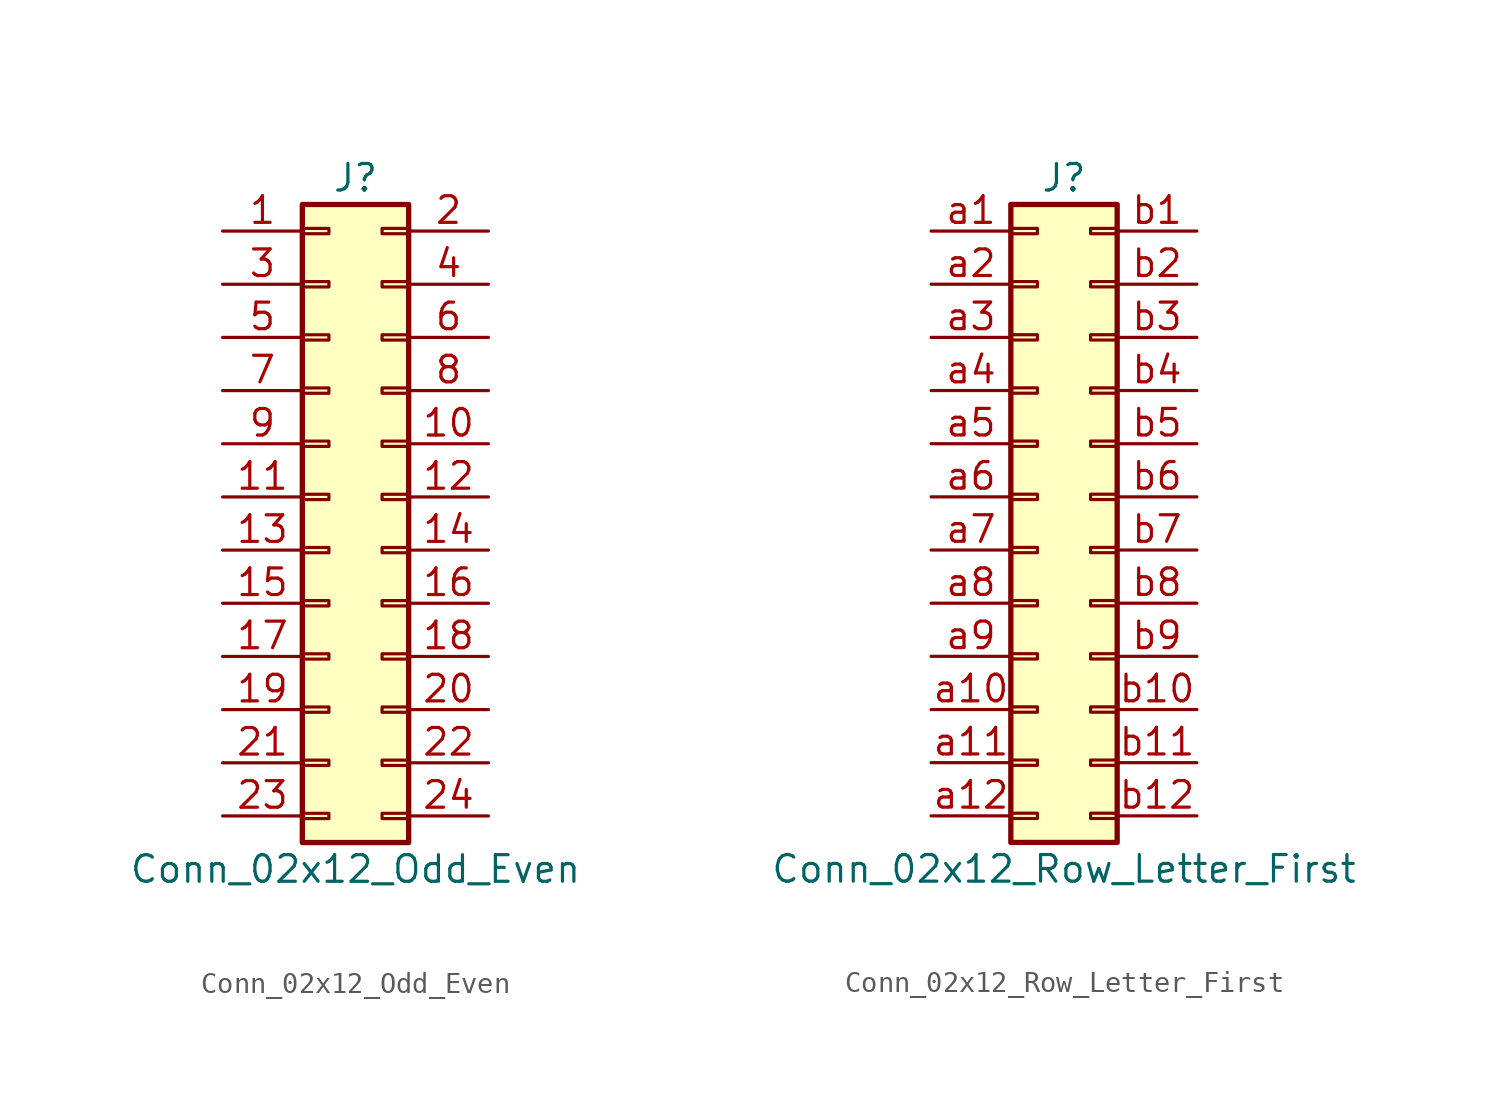
<source format=kicad_sym>
(kicad_symbol_lib
  (version 20201005)
  (generator kicad_symbol_editor)
  (symbol "Conn_02x12_Odd_Even"
    (pin_names
      (offset 1.016) hide)
    (property "Reference" "J"
      (at 1.27 15.24 0)
      (effects (font (size 1.27 1.27))))
    (property "Value" "Conn_02x12_Odd_Even"
      (at 1.27 -17.78 0)
      (effects (font (size 1.27 1.27))))
    (symbol "Conn_02x12_Odd_Even_1_1"
      (rectangle (start -1.27 -15.113) (end 0 -15.367) (stroke (width 0.152)) (fill (type none)))
      (rectangle (start -1.27 -12.573) (end 0 -12.827) (stroke (width 0.152)) (fill (type none)))
      (rectangle (start -1.27 -10.033) (end 0 -10.287) (stroke (width 0.152)) (fill (type none)))
      (rectangle (start -1.27 -7.493) (end 0 -7.747) (stroke (width 0.152)) (fill (type none)))
      (rectangle (start -1.27 -4.953) (end 0 -5.207) (stroke (width 0.152)) (fill (type none)))
      (rectangle (start -1.27 -2.413) (end 0 -2.667) (stroke (width 0.152)) (fill (type none)))
      (rectangle (start -1.27 0.127) (end 0 -0.127) (stroke (width 0.152)) (fill (type none)))
      (rectangle (start -1.27 2.667) (end 0 2.413) (stroke (width 0.152)) (fill (type none)))
      (rectangle (start -1.27 5.207) (end 0 4.953) (stroke (width 0.152)) (fill (type none)))
      (rectangle (start -1.27 7.747) (end 0 7.493) (stroke (width 0.152)) (fill (type none)))
      (rectangle (start -1.27 10.287) (end 0 10.033) (stroke (width 0.152)) (fill (type none)))
      (rectangle (start -1.27 12.827) (end 0 12.573) (stroke (width 0.152)) (fill (type none)))
      (rectangle (start 3.81 -15.113) (end 2.54 -15.367) (stroke (width 0.152)) (fill (type none)))
      (rectangle (start 3.81 -12.573) (end 2.54 -12.827) (stroke (width 0.152)) (fill (type none)))
      (rectangle (start 3.81 -10.033) (end 2.54 -10.287) (stroke (width 0.152)) (fill (type none)))
      (rectangle (start 3.81 -7.493) (end 2.54 -7.747) (stroke (width 0.152)) (fill (type none)))
      (rectangle (start 3.81 -4.953) (end 2.54 -5.207) (stroke (width 0.152)) (fill (type none)))
      (rectangle (start 3.81 -2.413) (end 2.54 -2.667) (stroke (width 0.152)) (fill (type none)))
      (rectangle (start 3.81 0.127) (end 2.54 -0.127) (stroke (width 0.152)) (fill (type none)))
      (rectangle (start 3.81 2.667) (end 2.54 2.413) (stroke (width 0.152)) (fill (type none)))
      (rectangle (start 3.81 5.207) (end 2.54 4.953) (stroke (width 0.152)) (fill (type none)))
      (rectangle (start 3.81 7.747) (end 2.54 7.493) (stroke (width 0.152)) (fill (type none)))
      (rectangle (start 3.81 10.287) (end 2.54 10.033) (stroke (width 0.152)) (fill (type none)))
      (rectangle (start 3.81 12.827) (end 2.54 12.573) (stroke (width 0.152)) (fill (type none)))
      (rectangle (start -1.27 13.97) (end 3.81 -16.51) (stroke (width 0.254)) (fill (type background)))
      (pin passive line (at -5.08 12.7 0) (length 3.81) (name "Pin_1" (effects (font (size 1.27 1.27)))) (number "1" (effects (font (size 1.27 1.27)))))
      (pin passive line (at 7.62 2.54 180) (length 3.81) (name "Pin_10" (effects (font (size 1.27 1.27)))) (number "10" (effects (font (size 1.27 1.27)))))
      (pin passive line (at -5.08 0 0) (length 3.81) (name "Pin_11" (effects (font (size 1.27 1.27)))) (number "11" (effects (font (size 1.27 1.27)))))
      (pin passive line (at 7.62 0 180) (length 3.81) (name "Pin_12" (effects (font (size 1.27 1.27)))) (number "12" (effects (font (size 1.27 1.27)))))
      (pin passive line (at -5.08 -2.54 0) (length 3.81) (name "Pin_13" (effects (font (size 1.27 1.27)))) (number "13" (effects (font (size 1.27 1.27)))))
      (pin passive line (at 7.62 -2.54 180) (length 3.81) (name "Pin_14" (effects (font (size 1.27 1.27)))) (number "14" (effects (font (size 1.27 1.27)))))
      (pin passive line (at -5.08 -5.08 0) (length 3.81) (name "Pin_15" (effects (font (size 1.27 1.27)))) (number "15" (effects (font (size 1.27 1.27)))))
      (pin passive line (at 7.62 -5.08 180) (length 3.81) (name "Pin_16" (effects (font (size 1.27 1.27)))) (number "16" (effects (font (size 1.27 1.27)))))
      (pin passive line (at -5.08 -7.62 0) (length 3.81) (name "Pin_17" (effects (font (size 1.27 1.27)))) (number "17" (effects (font (size 1.27 1.27)))))
      (pin passive line (at 7.62 -7.62 180) (length 3.81) (name "Pin_18" (effects (font (size 1.27 1.27)))) (number "18" (effects (font (size 1.27 1.27)))))
      (pin passive line (at -5.08 -10.16 0) (length 3.81) (name "Pin_19" (effects (font (size 1.27 1.27)))) (number "19" (effects (font (size 1.27 1.27)))))
      (pin passive line (at 7.62 12.7 180) (length 3.81) (name "Pin_2" (effects (font (size 1.27 1.27)))) (number "2" (effects (font (size 1.27 1.27)))))
      (pin passive line (at 7.62 -10.16 180) (length 3.81) (name "Pin_20" (effects (font (size 1.27 1.27)))) (number "20" (effects (font (size 1.27 1.27)))))
      (pin passive line (at -5.08 -12.7 0) (length 3.81) (name "Pin_21" (effects (font (size 1.27 1.27)))) (number "21" (effects (font (size 1.27 1.27)))))
      (pin passive line (at 7.62 -12.7 180) (length 3.81) (name "Pin_22" (effects (font (size 1.27 1.27)))) (number "22" (effects (font (size 1.27 1.27)))))
      (pin passive line (at -5.08 -15.24 0) (length 3.81) (name "Pin_23" (effects (font (size 1.27 1.27)))) (number "23" (effects (font (size 1.27 1.27)))))
      (pin passive line (at 7.62 -15.24 180) (length 3.81) (name "Pin_24" (effects (font (size 1.27 1.27)))) (number "24" (effects (font (size 1.27 1.27)))))
      (pin passive line (at -5.08 10.16 0) (length 3.81) (name "Pin_3" (effects (font (size 1.27 1.27)))) (number "3" (effects (font (size 1.27 1.27)))))
      (pin passive line (at 7.62 10.16 180) (length 3.81) (name "Pin_4" (effects (font (size 1.27 1.27)))) (number "4" (effects (font (size 1.27 1.27)))))
      (pin passive line (at -5.08 7.62 0) (length 3.81) (name "Pin_5" (effects (font (size 1.27 1.27)))) (number "5" (effects (font (size 1.27 1.27)))))
      (pin passive line (at 7.62 7.62 180) (length 3.81) (name "Pin_6" (effects (font (size 1.27 1.27)))) (number "6" (effects (font (size 1.27 1.27)))))
      (pin passive line (at -5.08 5.08 0) (length 3.81) (name "Pin_7" (effects (font (size 1.27 1.27)))) (number "7" (effects (font (size 1.27 1.27)))))
      (pin passive line (at 7.62 5.08 180) (length 3.81) (name "Pin_8" (effects (font (size 1.27 1.27)))) (number "8" (effects (font (size 1.27 1.27)))))
      (pin passive line (at -5.08 2.54 0) (length 3.81) (name "Pin_9" (effects (font (size 1.27 1.27)))) (number "9" (effects (font (size 1.27 1.27)))))))
  (symbol "Conn_02x12_Row_Letter_First"
    (pin_names
      (offset 1.016) hide)
    (property "Reference" "J"
      (at 1.27 15.24 0)
      (effects (font (size 1.27 1.27))))
    (property "Value" "Conn_02x12_Row_Letter_First"
      (at 1.27 -17.78 0)
      (effects (font (size 1.27 1.27))))
    (symbol "Conn_02x12_Row_Letter_First_1_1"
      (rectangle (start -1.27 -15.113) (end 0 -15.367) (stroke (width 0.152)) (fill (type none)))
      (rectangle (start -1.27 -12.573) (end 0 -12.827) (stroke (width 0.152)) (fill (type none)))
      (rectangle (start -1.27 -10.033) (end 0 -10.287) (stroke (width 0.152)) (fill (type none)))
      (rectangle (start -1.27 -7.493) (end 0 -7.747) (stroke (width 0.152)) (fill (type none)))
      (rectangle (start -1.27 -4.953) (end 0 -5.207) (stroke (width 0.152)) (fill (type none)))
      (rectangle (start -1.27 -2.413) (end 0 -2.667) (stroke (width 0.152)) (fill (type none)))
      (rectangle (start -1.27 0.127) (end 0 -0.127) (stroke (width 0.152)) (fill (type none)))
      (rectangle (start -1.27 2.667) (end 0 2.413) (stroke (width 0.152)) (fill (type none)))
      (rectangle (start -1.27 5.207) (end 0 4.953) (stroke (width 0.152)) (fill (type none)))
      (rectangle (start -1.27 7.747) (end 0 7.493) (stroke (width 0.152)) (fill (type none)))
      (rectangle (start -1.27 10.287) (end 0 10.033) (stroke (width 0.152)) (fill (type none)))
      (rectangle (start -1.27 12.827) (end 0 12.573) (stroke (width 0.152)) (fill (type none)))
      (rectangle (start 3.81 -15.113) (end 2.54 -15.367) (stroke (width 0.152)) (fill (type none)))
      (rectangle (start 3.81 -12.573) (end 2.54 -12.827) (stroke (width 0.152)) (fill (type none)))
      (rectangle (start 3.81 -10.033) (end 2.54 -10.287) (stroke (width 0.152)) (fill (type none)))
      (rectangle (start 3.81 -7.493) (end 2.54 -7.747) (stroke (width 0.152)) (fill (type none)))
      (rectangle (start 3.81 -4.953) (end 2.54 -5.207) (stroke (width 0.152)) (fill (type none)))
      (rectangle (start 3.81 -2.413) (end 2.54 -2.667) (stroke (width 0.152)) (fill (type none)))
      (rectangle (start 3.81 0.127) (end 2.54 -0.127) (stroke (width 0.152)) (fill (type none)))
      (rectangle (start 3.81 2.667) (end 2.54 2.413) (stroke (width 0.152)) (fill (type none)))
      (rectangle (start 3.81 5.207) (end 2.54 4.953) (stroke (width 0.152)) (fill (type none)))
      (rectangle (start 3.81 7.747) (end 2.54 7.493) (stroke (width 0.152)) (fill (type none)))
      (rectangle (start 3.81 10.287) (end 2.54 10.033) (stroke (width 0.152)) (fill (type none)))
      (rectangle (start 3.81 12.827) (end 2.54 12.573) (stroke (width 0.152)) (fill (type none)))
      (rectangle (start -1.27 13.97) (end 3.81 -16.51) (stroke (width 0.254)) (fill (type background)))
      (pin passive line (at -5.08 12.7 0) (length 3.81) (name "Pin_a1" (effects (font (size 1.27 1.27)))) (number "a1" (effects (font (size 1.27 1.27)))))
      (pin passive line (at -5.08 -10.16 0) (length 3.81) (name "Pin_a10" (effects (font (size 1.27 1.27)))) (number "a10" (effects (font (size 1.27 1.27)))))
      (pin passive line (at -5.08 -12.7 0) (length 3.81) (name "Pin_a11" (effects (font (size 1.27 1.27)))) (number "a11" (effects (font (size 1.27 1.27)))))
      (pin passive line (at -5.08 -15.24 0) (length 3.81) (name "Pin_a12" (effects (font (size 1.27 1.27)))) (number "a12" (effects (font (size 1.27 1.27)))))
      (pin passive line (at -5.08 10.16 0) (length 3.81) (name "Pin_a2" (effects (font (size 1.27 1.27)))) (number "a2" (effects (font (size 1.27 1.27)))))
      (pin passive line (at -5.08 7.62 0) (length 3.81) (name "Pin_a3" (effects (font (size 1.27 1.27)))) (number "a3" (effects (font (size 1.27 1.27)))))
      (pin passive line (at -5.08 5.08 0) (length 3.81) (name "Pin_a4" (effects (font (size 1.27 1.27)))) (number "a4" (effects (font (size 1.27 1.27)))))
      (pin passive line (at -5.08 2.54 0) (length 3.81) (name "Pin_a5" (effects (font (size 1.27 1.27)))) (number "a5" (effects (font (size 1.27 1.27)))))
      (pin passive line (at -5.08 0 0) (length 3.81) (name "Pin_a6" (effects (font (size 1.27 1.27)))) (number "a6" (effects (font (size 1.27 1.27)))))
      (pin passive line (at -5.08 -2.54 0) (length 3.81) (name "Pin_a7" (effects (font (size 1.27 1.27)))) (number "a7" (effects (font (size 1.27 1.27)))))
      (pin passive line (at -5.08 -5.08 0) (length 3.81) (name "Pin_a8" (effects (font (size 1.27 1.27)))) (number "a8" (effects (font (size 1.27 1.27)))))
      (pin passive line (at -5.08 -7.62 0) (length 3.81) (name "Pin_a9" (effects (font (size 1.27 1.27)))) (number "a9" (effects (font (size 1.27 1.27)))))
      (pin passive line (at 7.62 12.7 180) (length 3.81) (name "Pin_b1" (effects (font (size 1.27 1.27)))) (number "b1" (effects (font (size 1.27 1.27)))))
      (pin passive line (at 7.62 -10.16 180) (length 3.81) (name "Pin_b10" (effects (font (size 1.27 1.27)))) (number "b10" (effects (font (size 1.27 1.27)))))
      (pin passive line (at 7.62 -12.7 180) (length 3.81) (name "Pin_b11" (effects (font (size 1.27 1.27)))) (number "b11" (effects (font (size 1.27 1.27)))))
      (pin passive line (at 7.62 -15.24 180) (length 3.81) (name "Pin_b12" (effects (font (size 1.27 1.27)))) (number "b12" (effects (font (size 1.27 1.27)))))
      (pin passive line (at 7.62 10.16 180) (length 3.81) (name "Pin_b2" (effects (font (size 1.27 1.27)))) (number "b2" (effects (font (size 1.27 1.27)))))
      (pin passive line (at 7.62 7.62 180) (length 3.81) (name "Pin_b3" (effects (font (size 1.27 1.27)))) (number "b3" (effects (font (size 1.27 1.27)))))
      (pin passive line (at 7.62 5.08 180) (length 3.81) (name "Pin_b4" (effects (font (size 1.27 1.27)))) (number "b4" (effects (font (size 1.27 1.27)))))
      (pin passive line (at 7.62 2.54 180) (length 3.81) (name "Pin_b5" (effects (font (size 1.27 1.27)))) (number "b5" (effects (font (size 1.27 1.27)))))
      (pin passive line (at 7.62 0 180) (length 3.81) (name "Pin_b6" (effects (font (size 1.27 1.27)))) (number "b6" (effects (font (size 1.27 1.27)))))
      (pin passive line (at 7.62 -2.54 180) (length 3.81) (name "Pin_b7" (effects (font (size 1.27 1.27)))) (number "b7" (effects (font (size 1.27 1.27)))))
      (pin passive line (at 7.62 -5.08 180) (length 3.81) (name "Pin_b8" (effects (font (size 1.27 1.27)))) (number "b8" (effects (font (size 1.27 1.27)))))
      (pin passive line (at 7.62 -7.62 180) (length 3.81) (name "Pin_b9" (effects (font (size 1.27 1.27)))) (number "b9" (effects (font (size 1.27 1.27))))))))
</source>
